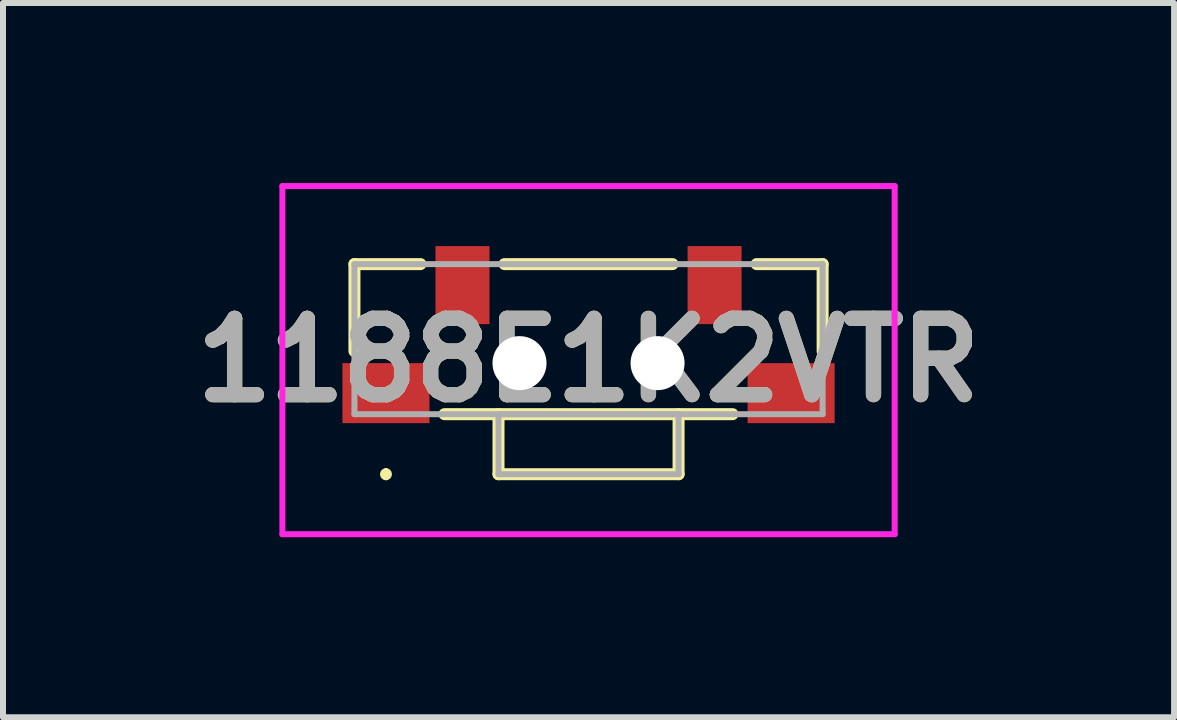
<source format=kicad_pcb>
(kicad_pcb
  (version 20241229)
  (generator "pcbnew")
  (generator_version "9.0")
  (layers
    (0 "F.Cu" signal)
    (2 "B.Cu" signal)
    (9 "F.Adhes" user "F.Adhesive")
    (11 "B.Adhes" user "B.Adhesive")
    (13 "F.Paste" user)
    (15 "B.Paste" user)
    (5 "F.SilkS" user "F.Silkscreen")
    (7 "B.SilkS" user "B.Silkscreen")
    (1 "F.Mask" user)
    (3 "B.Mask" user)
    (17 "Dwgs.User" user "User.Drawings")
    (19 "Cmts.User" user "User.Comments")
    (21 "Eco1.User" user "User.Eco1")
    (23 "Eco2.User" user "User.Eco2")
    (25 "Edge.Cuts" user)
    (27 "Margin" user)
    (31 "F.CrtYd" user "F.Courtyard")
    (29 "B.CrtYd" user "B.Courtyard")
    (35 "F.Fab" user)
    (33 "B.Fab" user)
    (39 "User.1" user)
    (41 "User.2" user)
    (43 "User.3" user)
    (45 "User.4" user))
  (footprint "1188E1K2VTR"
    (layer "F.Cu")
    (at 6.755 2.6)
    (property "Reference" "1188E1K2VTR" (at 0 0.35 0) (layer "F.SilkS") (effects (font (size 1.27 1.27) (thickness 0.254))))
    (attr through_hole)
    (fp_line (start -3.9 -1.25) (end -2.8 -1.25) (stroke (width 0.2) (type solid)) (layer "F.SilkS"))
    (fp_line (start -3.9 0.2) (end -3.9 -1.25) (stroke (width 0.2) (type solid)) (layer "F.SilkS"))
    (fp_line (start -3.375 2.2) (end -3.375 2.2) (stroke (width 0.1) (type solid)) (layer "F.SilkS"))
    (fp_line (start -3.375 2.3) (end -3.375 2.3) (stroke (width 0.1) (type solid)) (layer "F.SilkS"))
    (fp_line (start -2.4 1.25) (end 2.4 1.25) (stroke (width 0.2) (type solid)) (layer "F.SilkS"))
    (fp_line (start -1.5 1.25) (end -1.5 2.25) (stroke (width 0.2) (type solid)) (layer "F.SilkS"))
    (fp_line (start -1.5 2.25) (end 1.5 2.25) (stroke (width 0.2) (type solid)) (layer "F.SilkS"))
    (fp_line (start -1.4 -1.25) (end 1.4 -1.25) (stroke (width 0.2) (type solid)) (layer "F.SilkS"))
    (fp_line (start 1.5 2.25) (end 1.5 1.25) (stroke (width 0.2) (type solid)) (layer "F.SilkS"))
    (fp_line (start 2.8 -1.25) (end 3.9 -1.25) (stroke (width 0.2) (type solid)) (layer "F.SilkS"))
    (fp_line (start 3.9 -1.25) (end 3.9 0.2) (stroke (width 0.2) (type solid)) (layer "F.SilkS"))
    (fp_arc (start -3.375 2.2) (mid -3.325 2.25) (end -3.375 2.3) (stroke (width 0.1) (type solid)) (layer "F.SilkS"))
    (fp_arc (start -3.375 2.3) (mid -3.425 2.25) (end -3.375 2.2) (stroke (width 0.1) (type solid)) (layer "F.SilkS"))
    (fp_line (start -5.1 -2.55) (end 5.1 -2.55) (stroke (width 0.1) (type solid)) (layer "F.CrtYd"))
    (fp_line (start -5.1 3.25) (end -5.1 -2.55) (stroke (width 0.1) (type solid)) (layer "F.CrtYd"))
    (fp_line (start 5.1 -2.55) (end 5.1 3.25) (stroke (width 0.1) (type solid)) (layer "F.CrtYd"))
    (fp_line (start 5.1 3.25) (end -5.1 3.25) (stroke (width 0.1) (type solid)) (layer "F.CrtYd"))
    (fp_line (start -3.9 -1.25) (end -3.9 1.25) (stroke (width 0.1) (type solid)) (layer "F.Fab"))
    (fp_line (start -3.9 1.25) (end 3.9 1.25) (stroke (width 0.1) (type solid)) (layer "F.Fab"))
    (fp_line (start -1.5 1.25) (end 1.5 1.25) (stroke (width 0.1) (type solid)) (layer "F.Fab"))
    (fp_line (start -1.5 2.25) (end -1.5 1.25) (stroke (width 0.1) (type solid)) (layer "F.Fab"))
    (fp_line (start 1.5 1.25) (end 1.5 2.25) (stroke (width 0.1) (type solid)) (layer "F.Fab"))
    (fp_line (start 1.5 2.25) (end -1.5 2.25) (stroke (width 0.1) (type solid)) (layer "F.Fab"))
    (fp_line (start 3.9 -1.25) (end -3.9 -1.25) (stroke (width 0.1) (type solid)) (layer "F.Fab"))
    (fp_line (start 3.9 1.25) (end 3.9 -1.25) (stroke (width 0.1) (type solid)) (layer "F.Fab"))
    (fp_text user "${REFERENCE}" (at 0 0.35 0) (layer "F.Fab") (effects (font (size 1.27 1.27) (thickness 0.254))))
    (pad "" np_thru_hole circle (at -1.15 0.4) (size 0.9 0.9) (drill 0.9) (layers "*.Cu" "*.Mask"))
    (pad "" np_thru_hole circle (at 1.15 0.4) (size 0.9 0.9) (drill 0.9) (layers "*.Cu" "*.Mask"))
    (pad "1" smd rect (at -3.375 0.9 90) (size 1 1.45) (layers "F.Cu" "F.Mask" "F.Paste"))
    (pad "2" smd rect (at 3.375 0.9 90) (size 1 1.45) (layers "F.Cu" "F.Mask" "F.Paste"))
    (pad "3" smd rect (at -2.1 -0.9) (size 0.9 1.3) (layers "F.Cu" "F.Mask" "F.Paste"))
    (pad "4" smd rect (at 2.1 -0.9) (size 0.9 1.3) (layers "F.Cu" "F.Mask" "F.Paste")))
  (gr_rect
    (start -3 -3)
    (end 16.51 8.9)
    (stroke (width 0.1) (type default))
    (fill no)
    (layer "Edge.Cuts")))
</source>
